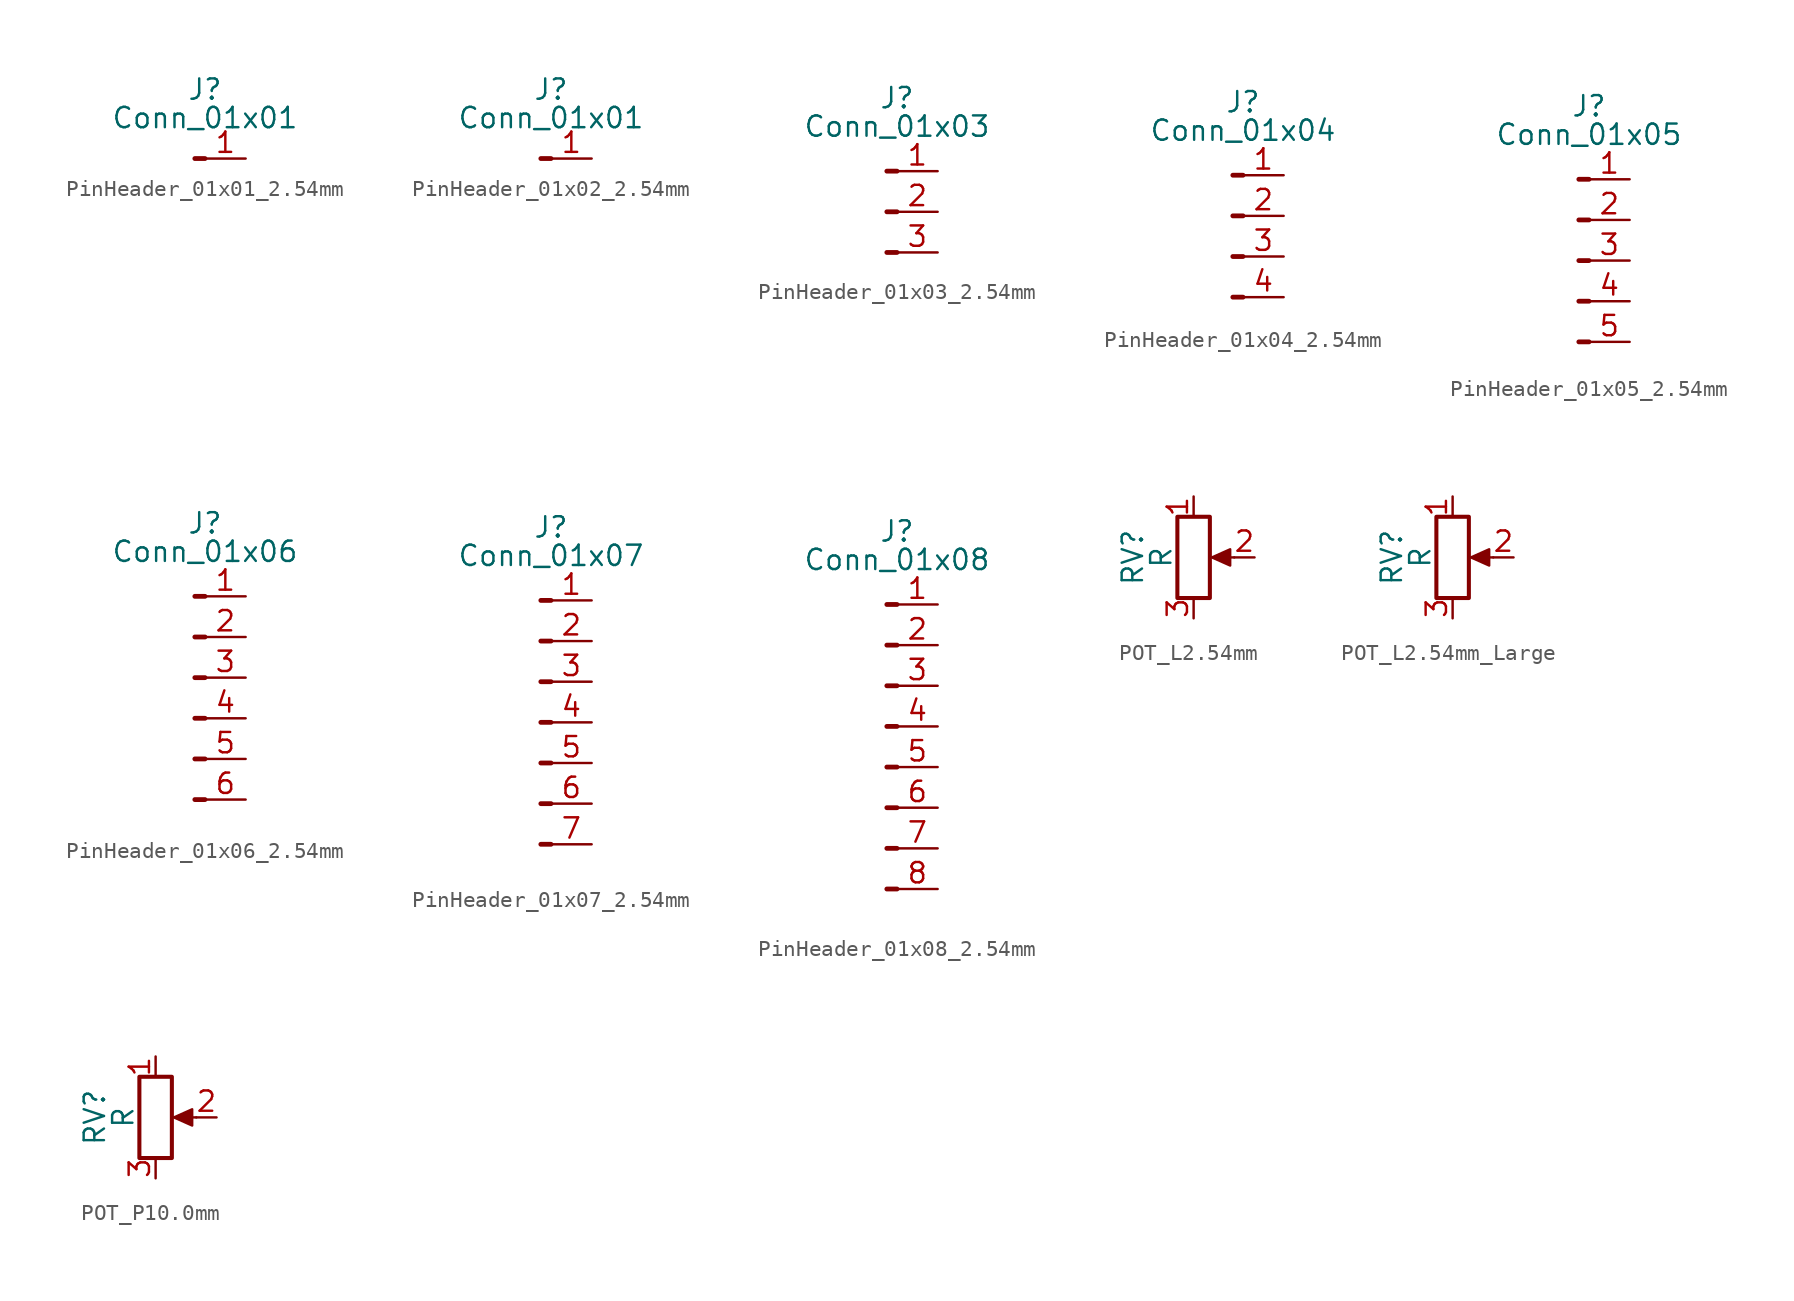
<source format=kicad_sym>
(kicad_symbol_lib
  (version 20241209)
  (generator "kicad_symbol_editor")
  (generator_version "9.0")
  (symbol "PinHeader_01x01_2.54mm"
    (property "Reference" "J"
      (at 0 4.318 0)
      (effects (font (size 1.27 1.27))))
    (property "Value" "Conn_01x01"
      (at 0 2.54 0)
      (effects (font (size 1.27 1.27))))
    (symbol "PinHeader_01x01_2.54mm_1_1"
      (rectangle (start -0.635 0) (end 0 0) (stroke (width 0.3) (type solid)) (fill (type none)))
      (pin passive line (at 2.54 0 180) (length 2.54) (name "" (effects (font (size 1.27 1.27)))) (number "1" (effects (font (size 1.27 1.27)))))))
  (symbol "PinHeader_01x02_2.54mm"
    (property "Reference" "J"
      (at 0 4.318 0)
      (effects (font (size 1.27 1.27))))
    (property "Value" "Conn_01x01"
      (at 0 2.54 0)
      (effects (font (size 1.27 1.27))))
    (symbol "PinHeader_01x02_2.54mm_1_1"
      (rectangle (start -0.635 0) (end 0 0) (stroke (width 0.3) (type solid)) (fill (type none)))
      (pin passive line (at 2.54 0 180) (length 2.54) (name "" (effects (font (size 1.27 1.27)))) (number "1" (effects (font (size 1.27 1.27)))))))
  (symbol "PinHeader_01x03_2.54mm"
    (property "Reference" "J"
      (at 0 7.112 0)
      (effects (font (size 1.27 1.27))))
    (property "Value" "Conn_01x03"
      (at 0 5.334 0)
      (effects (font (size 1.27 1.27))))
    (symbol "PinHeader_01x03_2.54mm_1_1"
      (rectangle (start -0.635 2.54) (end 0 2.54) (stroke (width 0.3) (type solid)) (fill (type none)))
      (rectangle (start -0.635 0) (end 0 0) (stroke (width 0.3) (type solid)) (fill (type none)))
      (rectangle (start -0.635 -2.54) (end 0 -2.54) (stroke (width 0.3) (type solid)) (fill (type none)))
      (pin passive line (at 2.54 2.54 180) (length 2.54) (name "" (effects (font (size 1.27 1.27)))) (number "1" (effects (font (size 1.27 1.27)))))
      (pin passive line (at 2.54 0 180) (length 2.54) (name "" (effects (font (size 1.27 1.27)))) (number "2" (effects (font (size 1.27 1.27)))))
      (pin passive line (at 2.54 -2.54 180) (length 2.54) (name "" (effects (font (size 1.27 1.27)))) (number "3" (effects (font (size 1.27 1.27)))))))
  (symbol "PinHeader_01x04_2.54mm"
    (property "Reference" "J"
      (at 0 8.382 0)
      (effects (font (size 1.27 1.27))))
    (property "Value" "Conn_01x04"
      (at 0 6.604 0)
      (effects (font (size 1.27 1.27))))
    (symbol "PinHeader_01x04_2.54mm_1_1"
      (rectangle (start -0.635 3.81) (end 0 3.81) (stroke (width 0.3) (type solid)) (fill (type none)))
      (rectangle (start -0.635 1.27) (end 0 1.27) (stroke (width 0.3) (type solid)) (fill (type none)))
      (rectangle (start -0.635 -1.27) (end 0 -1.27) (stroke (width 0.3) (type solid)) (fill (type none)))
      (rectangle (start -0.635 -3.81) (end 0 -3.81) (stroke (width 0.3) (type solid)) (fill (type none)))
      (pin passive line (at 2.54 3.81 180) (length 2.54) (name "" (effects (font (size 1.27 1.27)))) (number "1" (effects (font (size 1.27 1.27)))))
      (pin passive line (at 2.54 1.27 180) (length 2.54) (name "" (effects (font (size 1.27 1.27)))) (number "2" (effects (font (size 1.27 1.27)))))
      (pin passive line (at 2.54 -1.27 180) (length 2.54) (name "" (effects (font (size 1.27 1.27)))) (number "3" (effects (font (size 1.27 1.27)))))
      (pin passive line (at 2.54 -3.81 180) (length 2.54) (name "" (effects (font (size 1.27 1.27)))) (number "4" (effects (font (size 1.27 1.27)))))))
  (symbol "PinHeader_01x05_2.54mm"
    (property "Reference" "J"
      (at 0 9.652 0)
      (effects (font (size 1.27 1.27))))
    (property "Value" "Conn_01x05"
      (at 0 7.874 0)
      (effects (font (size 1.27 1.27))))
    (symbol "PinHeader_01x05_2.54mm_1_1"
      (rectangle (start -0.635 5.08) (end 0 5.08) (stroke (width 0.3) (type solid)) (fill (type none)))
      (rectangle (start -0.635 2.54) (end 0 2.54) (stroke (width 0.3) (type solid)) (fill (type none)))
      (rectangle (start -0.635 0) (end 0 0) (stroke (width 0.3) (type solid)) (fill (type none)))
      (rectangle (start -0.635 -2.54) (end 0 -2.54) (stroke (width 0.3) (type solid)) (fill (type none)))
      (rectangle (start -0.635 -5.08) (end 0 -5.08) (stroke (width 0.3) (type solid)) (fill (type none)))
      (pin passive line (at 2.54 5.08 180) (length 2.54) (name "" (effects (font (size 1.27 1.27)))) (number "1" (effects (font (size 1.27 1.27)))))
      (pin passive line (at 2.54 2.54 180) (length 2.54) (name "" (effects (font (size 1.27 1.27)))) (number "2" (effects (font (size 1.27 1.27)))))
      (pin passive line (at 2.54 0 180) (length 2.54) (name "" (effects (font (size 1.27 1.27)))) (number "3" (effects (font (size 1.27 1.27)))))
      (pin passive line (at 2.54 -2.54 180) (length 2.54) (name "" (effects (font (size 1.27 1.27)))) (number "4" (effects (font (size 1.27 1.27)))))
      (pin passive line (at 2.54 -5.08 180) (length 2.54) (name "" (effects (font (size 1.27 1.27)))) (number "5" (effects (font (size 1.27 1.27)))))))
  (symbol "PinHeader_01x06_2.54mm"
    (property "Reference" "J"
      (at 0 10.922 0)
      (effects (font (size 1.27 1.27))))
    (property "Value" "Conn_01x06"
      (at 0 9.144 0)
      (effects (font (size 1.27 1.27))))
    (symbol "PinHeader_01x06_2.54mm_1_1"
      (rectangle (start -0.635 6.35) (end 0 6.35) (stroke (width 0.3) (type solid)) (fill (type none)))
      (rectangle (start -0.635 3.81) (end 0 3.81) (stroke (width 0.3) (type solid)) (fill (type none)))
      (rectangle (start -0.635 1.27) (end 0 1.27) (stroke (width 0.3) (type solid)) (fill (type none)))
      (rectangle (start -0.635 -1.27) (end 0 -1.27) (stroke (width 0.3) (type solid)) (fill (type none)))
      (rectangle (start -0.635 -3.81) (end 0 -3.81) (stroke (width 0.3) (type solid)) (fill (type none)))
      (rectangle (start -0.635 -6.35) (end 0 -6.35) (stroke (width 0.3) (type solid)) (fill (type none)))
      (pin passive line (at 2.54 6.35 180) (length 2.54) (name "" (effects (font (size 1.27 1.27)))) (number "1" (effects (font (size 1.27 1.27)))))
      (pin passive line (at 2.54 3.81 180) (length 2.54) (name "" (effects (font (size 1.27 1.27)))) (number "2" (effects (font (size 1.27 1.27)))))
      (pin passive line (at 2.54 1.27 180) (length 2.54) (name "" (effects (font (size 1.27 1.27)))) (number "3" (effects (font (size 1.27 1.27)))))
      (pin passive line (at 2.54 -1.27 180) (length 2.54) (name "" (effects (font (size 1.27 1.27)))) (number "4" (effects (font (size 1.27 1.27)))))
      (pin passive line (at 2.54 -3.81 180) (length 2.54) (name "" (effects (font (size 1.27 1.27)))) (number "5" (effects (font (size 1.27 1.27)))))
      (pin passive line (at 2.54 -6.35 180) (length 2.54) (name "" (effects (font (size 1.27 1.27)))) (number "6" (effects (font (size 1.27 1.27)))))))
  (symbol "PinHeader_01x07_2.54mm"
    (property "Reference" "J"
      (at 0 12.192 0)
      (effects (font (size 1.27 1.27))))
    (property "Value" "Conn_01x07"
      (at 0 10.414 0)
      (effects (font (size 1.27 1.27))))
    (symbol "PinHeader_01x07_2.54mm_1_1"
      (rectangle (start -0.635 7.62) (end 0 7.62) (stroke (width 0.3) (type solid)) (fill (type none)))
      (rectangle (start -0.635 5.08) (end 0 5.08) (stroke (width 0.3) (type solid)) (fill (type none)))
      (rectangle (start -0.635 2.54) (end 0 2.54) (stroke (width 0.3) (type solid)) (fill (type none)))
      (rectangle (start -0.635 0) (end 0 0) (stroke (width 0.3) (type solid)) (fill (type none)))
      (rectangle (start -0.635 -2.54) (end 0 -2.54) (stroke (width 0.3) (type solid)) (fill (type none)))
      (rectangle (start -0.635 -5.08) (end 0 -5.08) (stroke (width 0.3) (type solid)) (fill (type none)))
      (rectangle (start -0.635 -7.62) (end 0 -7.62) (stroke (width 0.3) (type solid)) (fill (type none)))
      (pin passive line (at 2.54 7.62 180) (length 2.54) (name "" (effects (font (size 1.27 1.27)))) (number "1" (effects (font (size 1.27 1.27)))))
      (pin passive line (at 2.54 5.08 180) (length 2.54) (name "" (effects (font (size 1.27 1.27)))) (number "2" (effects (font (size 1.27 1.27)))))
      (pin passive line (at 2.54 2.54 180) (length 2.54) (name "" (effects (font (size 1.27 1.27)))) (number "3" (effects (font (size 1.27 1.27)))))
      (pin passive line (at 2.54 0 180) (length 2.54) (name "" (effects (font (size 1.27 1.27)))) (number "4" (effects (font (size 1.27 1.27)))))
      (pin passive line (at 2.54 -2.54 180) (length 2.54) (name "" (effects (font (size 1.27 1.27)))) (number "5" (effects (font (size 1.27 1.27)))))
      (pin passive line (at 2.54 -5.08 180) (length 2.54) (name "" (effects (font (size 1.27 1.27)))) (number "6" (effects (font (size 1.27 1.27)))))
      (pin passive line (at 2.54 -7.62 180) (length 2.54) (name "" (effects (font (size 1.27 1.27)))) (number "7" (effects (font (size 1.27 1.27)))))))
  (symbol "PinHeader_01x08_2.54mm"
    (property "Reference" "J"
      (at 0 13.462 0)
      (effects (font (size 1.27 1.27))))
    (property "Value" "Conn_01x08"
      (at 0 11.684 0)
      (effects (font (size 1.27 1.27))))
    (symbol "PinHeader_01x08_2.54mm_1_1"
      (rectangle (start -0.635 8.89) (end 0 8.89) (stroke (width 0.3) (type solid)) (fill (type none)))
      (rectangle (start -0.635 6.35) (end 0 6.35) (stroke (width 0.3) (type solid)) (fill (type none)))
      (rectangle (start -0.635 3.81) (end 0 3.81) (stroke (width 0.3) (type solid)) (fill (type none)))
      (rectangle (start -0.635 1.27) (end 0 1.27) (stroke (width 0.3) (type solid)) (fill (type none)))
      (rectangle (start -0.635 -1.27) (end 0 -1.27) (stroke (width 0.3) (type solid)) (fill (type none)))
      (rectangle (start -0.635 -3.81) (end 0 -3.81) (stroke (width 0.3) (type solid)) (fill (type none)))
      (rectangle (start -0.635 -6.35) (end 0 -6.35) (stroke (width 0.3) (type solid)) (fill (type none)))
      (rectangle (start -0.635 -8.89) (end 0 -8.89) (stroke (width 0.3) (type solid)) (fill (type none)))
      (pin passive line (at 2.54 8.89 180) (length 2.54) (name "" (effects (font (size 1.27 1.27)))) (number "1" (effects (font (size 1.27 1.27)))))
      (pin passive line (at 2.54 6.35 180) (length 2.54) (name "" (effects (font (size 1.27 1.27)))) (number "2" (effects (font (size 1.27 1.27)))))
      (pin passive line (at 2.54 3.81 180) (length 2.54) (name "" (effects (font (size 1.27 1.27)))) (number "3" (effects (font (size 1.27 1.27)))))
      (pin passive line (at 2.54 1.27 180) (length 2.54) (name "" (effects (font (size 1.27 1.27)))) (number "4" (effects (font (size 1.27 1.27)))))
      (pin passive line (at 2.54 -1.27 180) (length 2.54) (name "" (effects (font (size 1.27 1.27)))) (number "5" (effects (font (size 1.27 1.27)))))
      (pin passive line (at 2.54 -3.81 180) (length 2.54) (name "" (effects (font (size 1.27 1.27)))) (number "6" (effects (font (size 1.27 1.27)))))
      (pin passive line (at 2.54 -6.35 180) (length 2.54) (name "" (effects (font (size 1.27 1.27)))) (number "7" (effects (font (size 1.27 1.27)))))
      (pin passive line (at 2.54 -8.89 180) (length 2.54) (name "" (effects (font (size 1.27 1.27)))) (number "8" (effects (font (size 1.27 1.27)))))))
  (symbol "POT_L2.54mm"
    (pin_names
      (hide yes))
    (property "Reference" "RV"
      (at -3.81 0 90)
      (effects (font (size 1.27 1.27))))
    (property "Value" "R"
      (at -2.032 0 90)
      (effects (font (size 1.27 1.27))))
    (symbol "POT_L2.54mm_0_1"
      (rectangle (start 1.016 2.54) (end -1.016 -2.54) (stroke (width 0.254) (type default)) (fill (type none)))
      (polyline (pts (xy 1.143 0) (xy 2.286 0.508) (xy 2.286 -0.508) (xy 1.143 0)) (stroke (width 0) (type default)) (fill (type outline)))
      (polyline (pts (xy 2.54 0) (xy 1.524 0)) (stroke (width 0) (type default)) (fill (type none))))
    (symbol "POT_L2.54mm_1_1"
      (pin passive line (at 0 3.81 270) (length 1.27) (name "1" (effects (font (size 1.27 1.27)))) (number "1" (effects (font (size 1.27 1.27)))))
      (pin passive line (at 0 -3.81 90) (length 1.27) (name "3" (effects (font (size 1.27 1.27)))) (number "3" (effects (font (size 1.27 1.27)))))
      (pin passive line (at 3.81 0 180) (length 1.27) (name "2" (effects (font (size 1.27 1.27)))) (number "2" (effects (font (size 1.27 1.27)))))))
  (symbol "POT_L2.54mm_Large"
    (pin_names
      (hide yes))
    (property "Reference" "RV"
      (at -3.81 0 90)
      (effects (font (size 1.27 1.27))))
    (property "Value" "R"
      (at -2.032 0 90)
      (effects (font (size 1.27 1.27))))
    (symbol "POT_L2.54mm_Large_0_1"
      (rectangle (start 1.016 2.54) (end -1.016 -2.54) (stroke (width 0.254) (type default)) (fill (type none)))
      (polyline (pts (xy 1.143 0) (xy 2.286 0.508) (xy 2.286 -0.508) (xy 1.143 0)) (stroke (width 0) (type default)) (fill (type outline)))
      (polyline (pts (xy 2.54 0) (xy 1.524 0)) (stroke (width 0) (type default)) (fill (type none))))
    (symbol "POT_L2.54mm_Large_1_1"
      (pin passive line (at 0 3.81 270) (length 1.27) (name "1" (effects (font (size 1.27 1.27)))) (number "1" (effects (font (size 1.27 1.27)))))
      (pin passive line (at 0 -3.81 90) (length 1.27) (name "3" (effects (font (size 1.27 1.27)))) (number "3" (effects (font (size 1.27 1.27)))))
      (pin passive line (at 3.81 0 180) (length 1.27) (name "2" (effects (font (size 1.27 1.27)))) (number "2" (effects (font (size 1.27 1.27)))))))
  (symbol "POT_P10.0mm"
    (pin_names
      (offset 1.016)
      (hide yes))
    (property "Reference" "RV"
      (at -3.81 0 90)
      (effects (font (size 1.27 1.27))))
    (property "Value" "R"
      (at -2.032 0 90)
      (effects (font (size 1.27 1.27))))
    (symbol "POT_P10.0mm_0_1"
      (rectangle (start 1.016 2.54) (end -1.016 -2.54) (stroke (width 0.254) (type default)) (fill (type none)))
      (polyline (pts (xy 1.143 0) (xy 2.286 0.508) (xy 2.286 -0.508) (xy 1.143 0)) (stroke (width 0) (type default)) (fill (type outline)))
      (polyline (pts (xy 2.54 0) (xy 1.524 0)) (stroke (width 0) (type default)) (fill (type none))))
    (symbol "POT_P10.0mm_1_1"
      (pin passive line (at 0 3.81 270) (length 1.27) (name "1" (effects (font (size 1.27 1.27)))) (number "1" (effects (font (size 1.27 1.27)))))
      (pin passive line (at 0 -3.81 90) (length 1.27) (name "3" (effects (font (size 1.27 1.27)))) (number "3" (effects (font (size 1.27 1.27)))))
      (pin passive line (at 3.81 0 180) (length 1.27) (name "2" (effects (font (size 1.27 1.27)))) (number "2" (effects (font (size 1.27 1.27))))))))
</source>
